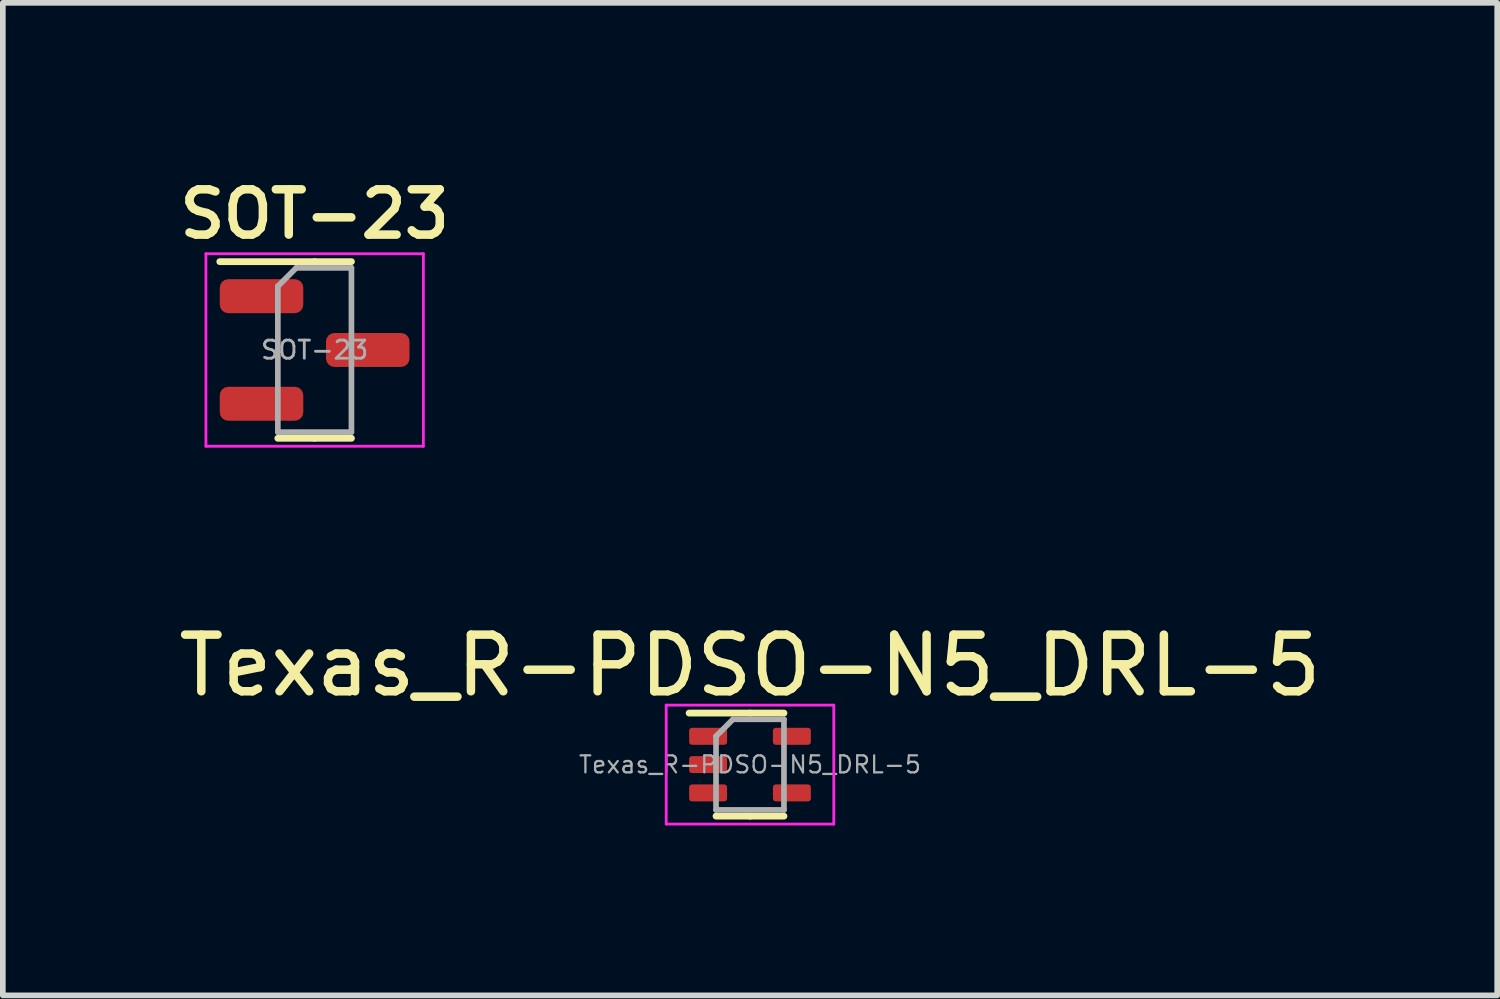
<source format=kicad_pcb>
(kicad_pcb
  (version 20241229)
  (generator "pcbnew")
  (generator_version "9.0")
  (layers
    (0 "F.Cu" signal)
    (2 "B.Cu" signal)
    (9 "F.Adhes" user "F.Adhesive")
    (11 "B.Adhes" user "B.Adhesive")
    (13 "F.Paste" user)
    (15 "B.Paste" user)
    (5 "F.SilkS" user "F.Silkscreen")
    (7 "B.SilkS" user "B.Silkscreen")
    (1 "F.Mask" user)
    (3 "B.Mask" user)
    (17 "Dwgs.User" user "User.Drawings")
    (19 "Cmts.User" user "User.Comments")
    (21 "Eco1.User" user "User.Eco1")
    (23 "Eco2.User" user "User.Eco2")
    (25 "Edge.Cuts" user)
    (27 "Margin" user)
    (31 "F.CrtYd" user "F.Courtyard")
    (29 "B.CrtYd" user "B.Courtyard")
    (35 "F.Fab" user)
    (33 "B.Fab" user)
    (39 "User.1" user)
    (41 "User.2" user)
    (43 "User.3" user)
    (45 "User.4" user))
  (footprint "Texas_R-PDSO-N5_DRL-5"
    (layer "F.Cu")
    (at 10.196 10.454)
    (property "Reference" "Texas_R-PDSO-N5_DRL-5" (at 0 -1.75 0) (layer "F.SilkS") (effects (font (size 1 1) (thickness 0.15))))
    (attr smd)
    (fp_line (start 0 -0.91) (end -1.075 -0.91) (stroke (width 0.12) (type solid)) (layer "F.SilkS"))
    (fp_line (start 0 -0.91) (end 0.6 -0.91) (stroke (width 0.12) (type solid)) (layer "F.SilkS"))
    (fp_line (start 0 0.91) (end -0.6 0.91) (stroke (width 0.12) (type solid)) (layer "F.SilkS"))
    (fp_line (start 0 0.91) (end 0.6 0.91) (stroke (width 0.12) (type solid)) (layer "F.SilkS"))
    (fp_line (start -1.48 -1.05) (end -1.48 1.05) (stroke (width 0.05) (type solid)) (layer "F.CrtYd"))
    (fp_line (start -1.48 1.05) (end 1.48 1.05) (stroke (width 0.05) (type solid)) (layer "F.CrtYd"))
    (fp_line (start 1.48 -1.05) (end -1.48 -1.05) (stroke (width 0.05) (type solid)) (layer "F.CrtYd"))
    (fp_line (start 1.48 1.05) (end 1.48 -1.05) (stroke (width 0.05) (type solid)) (layer "F.CrtYd"))
    (fp_line (start -0.6 -0.5) (end -0.3 -0.8) (stroke (width 0.1) (type solid)) (layer "F.Fab"))
    (fp_line (start -0.6 0.8) (end -0.6 -0.5) (stroke (width 0.1) (type solid)) (layer "F.Fab"))
    (fp_line (start -0.3 -0.8) (end 0.6 -0.8) (stroke (width 0.1) (type solid)) (layer "F.Fab"))
    (fp_line (start 0.6 -0.8) (end 0.6 0.8) (stroke (width 0.1) (type solid)) (layer "F.Fab"))
    (fp_line (start 0.6 0.8) (end -0.6 0.8) (stroke (width 0.1) (type solid)) (layer "F.Fab"))
    (fp_text user "${REFERENCE}" (at 0 0 180) (layer "F.Fab") (effects (font (size 0.3 0.3) (thickness 0.04))))
    (pad "1" smd roundrect (at -0.74 -0.5) (size 0.67 0.3) (layers "F.Cu" "F.Mask" "F.Paste") (roundrect_rratio 0.167))
    (pad "2" smd roundrect (at -0.74 0) (size 0.67 0.3) (layers "F.Cu" "F.Mask" "F.Paste") (roundrect_rratio 0.167))
    (pad "3" smd roundrect (at -0.74 0.5) (size 0.67 0.3) (layers "F.Cu" "F.Mask" "F.Paste") (roundrect_rratio 0.167))
    (pad "4" smd roundrect (at 0.74 0.5) (size 0.67 0.3) (layers "F.Cu" "F.Mask" "F.Paste") (roundrect_rratio 0.167))
    (pad "5" smd roundrect (at 0.74 -0.5) (size 0.67 0.3) (layers "F.Cu" "F.Mask" "F.Paste") (roundrect_rratio 0.167)))
  (footprint "SOT-23"
    (layer "F.Cu")
    (at 2.507 3.131)
    (property "Reference" "SOT-23" (at 0 -2.4 0) (layer "F.SilkS") (effects (font (size 0.8 0.8) (thickness 0.15))))
    (attr smd)
    (fp_line (start 0 -1.56) (end -1.675 -1.56) (stroke (width 0.12) (type solid)) (layer "F.SilkS"))
    (fp_line (start 0 -1.56) (end 0.65 -1.56) (stroke (width 0.12) (type solid)) (layer "F.SilkS"))
    (fp_line (start 0 1.56) (end -0.65 1.56) (stroke (width 0.12) (type solid)) (layer "F.SilkS"))
    (fp_line (start 0 1.56) (end 0.65 1.56) (stroke (width 0.12) (type solid)) (layer "F.SilkS"))
    (fp_line (start -1.92 -1.7) (end -1.92 1.7) (stroke (width 0.05) (type solid)) (layer "F.CrtYd"))
    (fp_line (start -1.92 1.7) (end 1.92 1.7) (stroke (width 0.05) (type solid)) (layer "F.CrtYd"))
    (fp_line (start 1.92 -1.7) (end -1.92 -1.7) (stroke (width 0.05) (type solid)) (layer "F.CrtYd"))
    (fp_line (start 1.92 1.7) (end 1.92 -1.7) (stroke (width 0.05) (type solid)) (layer "F.CrtYd"))
    (fp_line (start -0.65 -1.125) (end -0.325 -1.45) (stroke (width 0.1) (type solid)) (layer "F.Fab"))
    (fp_line (start -0.65 1.45) (end -0.65 -1.125) (stroke (width 0.1) (type solid)) (layer "F.Fab"))
    (fp_line (start -0.325 -1.45) (end 0.65 -1.45) (stroke (width 0.1) (type solid)) (layer "F.Fab"))
    (fp_line (start 0.65 -1.45) (end 0.65 1.45) (stroke (width 0.1) (type solid)) (layer "F.Fab"))
    (fp_line (start 0.65 1.45) (end -0.65 1.45) (stroke (width 0.1) (type solid)) (layer "F.Fab"))
    (fp_text user "${REFERENCE}" (at 0 0 0) (layer "F.Fab") (effects (font (size 0.32 0.32) (thickness 0.05))))
    (pad "1" smd roundrect (at -0.938 -0.95) (size 1.475 0.6) (layers "F.Cu" "F.Mask" "F.Paste") (roundrect_rratio 0.25))
    (pad "2" smd roundrect (at -0.938 0.95) (size 1.475 0.6) (layers "F.Cu" "F.Mask" "F.Paste") (roundrect_rratio 0.25))
    (pad "3" smd roundrect (at 0.938 0) (size 1.475 0.6) (layers "F.Cu" "F.Mask" "F.Paste") (roundrect_rratio 0.25)))
  (gr_rect
    (start -3 -3)
    (end 23.393 14.53)
    (stroke (width 0.1) (type default))
    (fill no)
    (layer "Edge.Cuts")))
</source>
